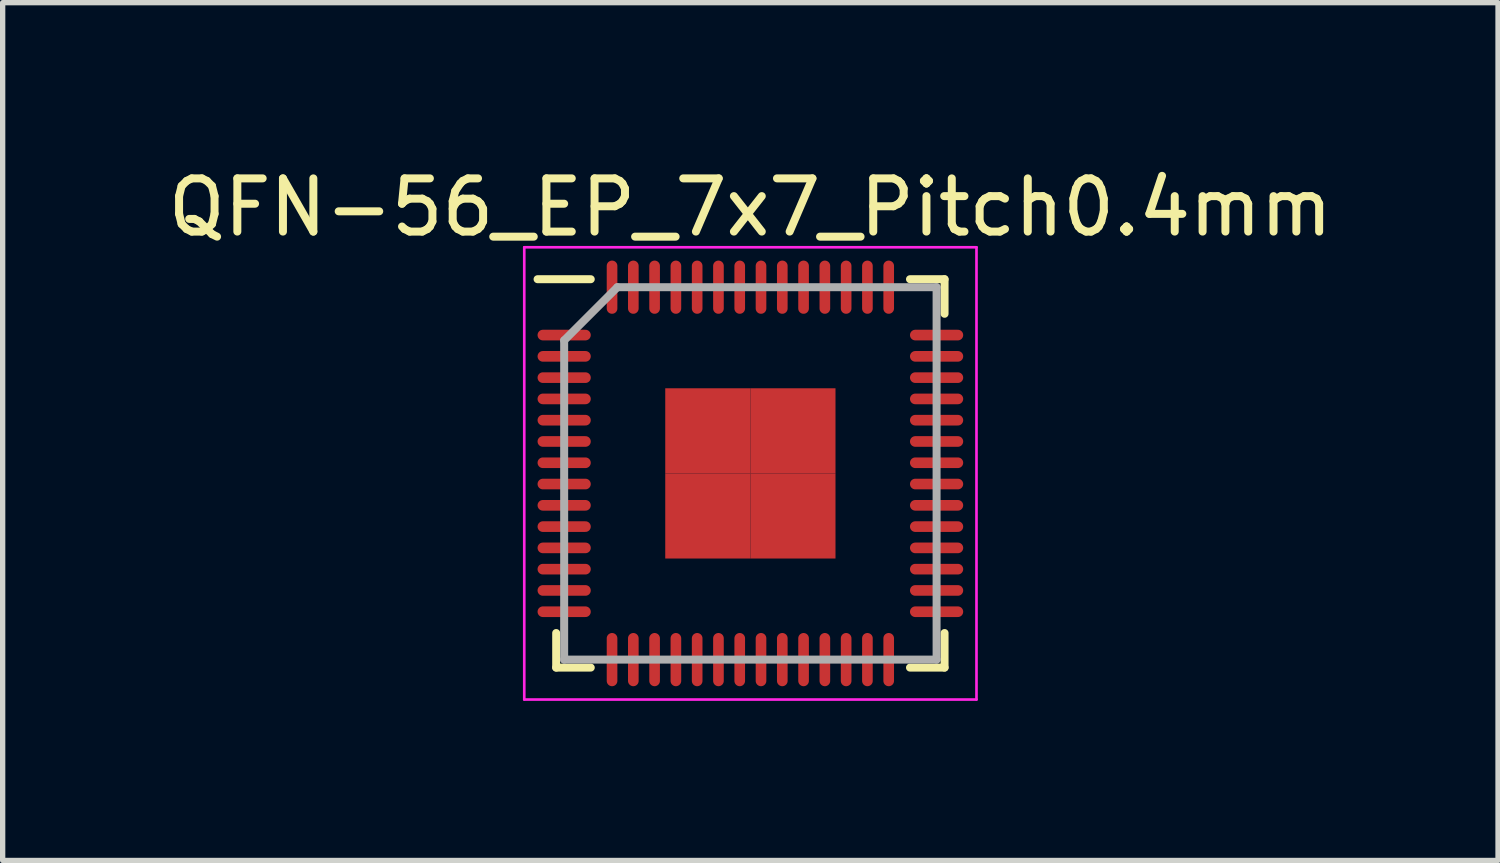
<source format=kicad_pcb>
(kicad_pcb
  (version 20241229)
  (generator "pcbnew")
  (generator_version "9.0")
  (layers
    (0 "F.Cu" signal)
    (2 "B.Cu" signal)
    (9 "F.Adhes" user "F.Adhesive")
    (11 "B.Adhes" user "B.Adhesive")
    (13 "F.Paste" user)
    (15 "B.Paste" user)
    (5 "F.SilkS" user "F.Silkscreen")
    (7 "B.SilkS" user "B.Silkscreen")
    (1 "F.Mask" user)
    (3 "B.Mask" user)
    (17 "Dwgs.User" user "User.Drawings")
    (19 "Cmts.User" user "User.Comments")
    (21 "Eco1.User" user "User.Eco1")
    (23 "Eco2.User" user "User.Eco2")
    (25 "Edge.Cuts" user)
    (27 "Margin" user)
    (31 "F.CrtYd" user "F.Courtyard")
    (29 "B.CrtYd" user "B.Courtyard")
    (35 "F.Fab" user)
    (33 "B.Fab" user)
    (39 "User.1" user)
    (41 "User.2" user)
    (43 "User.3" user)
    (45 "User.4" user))
  (footprint "QFN-56_EP_7x7_Pitch0.4mm"
    (layer "F.Cu")
    (at 11.054 5.848)
    (property "Reference" "QFN-56_EP_7x7_Pitch0.4mm" (at 0 -5 0) (layer "F.SilkS") (effects (font (size 1 1) (thickness 0.15))))
    (attr smd)
    (fp_line (start -3.65 3.65) (end -3.65 3) (stroke (width 0.15) (type solid)) (layer "F.SilkS"))
    (fp_line (start -3 -3.65) (end -4 -3.65) (stroke (width 0.15) (type solid)) (layer "F.SilkS"))
    (fp_line (start -3 3.65) (end -3.65 3.65) (stroke (width 0.15) (type solid)) (layer "F.SilkS"))
    (fp_line (start 3 -3.65) (end 3.65 -3.65) (stroke (width 0.15) (type solid)) (layer "F.SilkS"))
    (fp_line (start 3 3.65) (end 3.65 3.65) (stroke (width 0.15) (type solid)) (layer "F.SilkS"))
    (fp_line (start 3.65 -3.65) (end 3.65 -3) (stroke (width 0.15) (type solid)) (layer "F.SilkS"))
    (fp_line (start 3.65 3.65) (end 3.65 3) (stroke (width 0.15) (type solid)) (layer "F.SilkS"))
    (fp_line (start -4.25 -4.25) (end 4.25 -4.25) (stroke (width 0.05) (type solid)) (layer "F.CrtYd"))
    (fp_line (start -4.25 4.25) (end -4.25 -4.25) (stroke (width 0.05) (type solid)) (layer "F.CrtYd"))
    (fp_line (start 4.25 -4.25) (end 4.25 4.25) (stroke (width 0.05) (type solid)) (layer "F.CrtYd"))
    (fp_line (start 4.25 4.25) (end -4.25 4.25) (stroke (width 0.05) (type solid)) (layer "F.CrtYd"))
    (fp_line (start -3.5 -2.5) (end -3.5 3.5) (stroke (width 0.15) (type solid)) (layer "F.Fab"))
    (fp_line (start -3.5 3.5) (end 3.5 3.5) (stroke (width 0.15) (type solid)) (layer "F.Fab"))
    (fp_line (start -2.5 -3.5) (end -3.5 -2.5) (stroke (width 0.15) (type solid)) (layer "F.Fab"))
    (fp_line (start 3.5 -3.5) (end -2.5 -3.5) (stroke (width 0.15) (type solid)) (layer "F.Fab"))
    (fp_line (start 3.5 3.5) (end 3.5 -3.5) (stroke (width 0.15) (type solid)) (layer "F.Fab"))
    (pad "0" smd rect (at -0.8 -0.8) (size 1.6 1.6) (layers "F.Cu" "F.Mask" "F.Paste"))
    (pad "0" smd rect (at -0.8 0.8) (size 1.6 1.6) (layers "F.Cu" "F.Mask" "F.Paste"))
    (pad "0" smd rect (at 0.8 -0.8) (size 1.6 1.6) (layers "F.Cu" "F.Mask" "F.Paste"))
    (pad "0" smd rect (at 0.8 0.8) (size 1.6 1.6) (layers "F.Cu" "F.Mask" "F.Paste"))
    (pad "1" smd oval (at -3.5 -2.6 90) (size 0.2 1) (layers "F.Cu" "F.Mask" "F.Paste"))
    (pad "2" smd oval (at -3.5 -2.2 90) (size 0.2 1) (layers "F.Cu" "F.Mask" "F.Paste"))
    (pad "3" smd oval (at -3.5 -1.8 90) (size 0.2 1) (layers "F.Cu" "F.Mask" "F.Paste"))
    (pad "4" smd oval (at -3.5 -1.4 90) (size 0.2 1) (layers "F.Cu" "F.Mask" "F.Paste"))
    (pad "5" smd oval (at -3.5 -1 90) (size 0.2 1) (layers "F.Cu" "F.Mask" "F.Paste"))
    (pad "6" smd oval (at -3.5 -0.6 90) (size 0.2 1) (layers "F.Cu" "F.Mask" "F.Paste"))
    (pad "7" smd oval (at -3.5 -0.2 90) (size 0.2 1) (layers "F.Cu" "F.Mask" "F.Paste"))
    (pad "8" smd oval (at -3.5 0.2 90) (size 0.2 1) (layers "F.Cu" "F.Mask" "F.Paste"))
    (pad "9" smd oval (at -3.5 0.6 90) (size 0.2 1) (layers "F.Cu" "F.Mask" "F.Paste"))
    (pad "10" smd oval (at -3.5 1 90) (size 0.2 1) (layers "F.Cu" "F.Mask" "F.Paste"))
    (pad "11" smd oval (at -3.5 1.4 90) (size 0.2 1) (layers "F.Cu" "F.Mask" "F.Paste"))
    (pad "12" smd oval (at -3.5 1.8 90) (size 0.2 1) (layers "F.Cu" "F.Mask" "F.Paste"))
    (pad "13" smd oval (at -3.5 2.2 90) (size 0.2 1) (layers "F.Cu" "F.Mask" "F.Paste"))
    (pad "14" smd oval (at -3.5 2.6 90) (size 0.2 1) (layers "F.Cu" "F.Mask" "F.Paste"))
    (pad "15" smd oval (at -2.6 3.5) (size 0.2 1) (layers "F.Cu" "F.Mask" "F.Paste"))
    (pad "16" smd oval (at -2.2 3.5) (size 0.2 1) (layers "F.Cu" "F.Mask" "F.Paste"))
    (pad "17" smd oval (at -1.8 3.5) (size 0.2 1) (layers "F.Cu" "F.Mask" "F.Paste"))
    (pad "18" smd oval (at -1.4 3.5) (size 0.2 1) (layers "F.Cu" "F.Mask" "F.Paste"))
    (pad "19" smd oval (at -1 3.5) (size 0.2 1) (layers "F.Cu" "F.Mask" "F.Paste"))
    (pad "20" smd oval (at -0.6 3.5) (size 0.2 1) (layers "F.Cu" "F.Mask" "F.Paste"))
    (pad "21" smd oval (at -0.2 3.5) (size 0.2 1) (layers "F.Cu" "F.Mask" "F.Paste"))
    (pad "22" smd oval (at 0.2 3.5) (size 0.2 1) (layers "F.Cu" "F.Mask" "F.Paste"))
    (pad "23" smd oval (at 0.6 3.5) (size 0.2 1) (layers "F.Cu" "F.Mask" "F.Paste"))
    (pad "24" smd oval (at 1 3.5) (size 0.2 1) (layers "F.Cu" "F.Mask" "F.Paste"))
    (pad "25" smd oval (at 1.4 3.5) (size 0.2 1) (layers "F.Cu" "F.Mask" "F.Paste"))
    (pad "26" smd oval (at 1.8 3.5) (size 0.2 1) (layers "F.Cu" "F.Mask" "F.Paste"))
    (pad "27" smd oval (at 2.2 3.5) (size 0.2 1) (layers "F.Cu" "F.Mask" "F.Paste"))
    (pad "28" smd oval (at 2.6 3.5) (size 0.2 1) (layers "F.Cu" "F.Mask" "F.Paste"))
    (pad "29" smd oval (at 3.5 2.6 90) (size 0.2 1) (layers "F.Cu" "F.Mask" "F.Paste"))
    (pad "30" smd oval (at 3.5 2.2 90) (size 0.2 1) (layers "F.Cu" "F.Mask" "F.Paste"))
    (pad "31" smd oval (at 3.5 1.8 90) (size 0.2 1) (layers "F.Cu" "F.Mask" "F.Paste"))
    (pad "32" smd oval (at 3.5 1.4 90) (size 0.2 1) (layers "F.Cu" "F.Mask" "F.Paste"))
    (pad "33" smd oval (at 3.5 1 90) (size 0.2 1) (layers "F.Cu" "F.Mask" "F.Paste"))
    (pad "34" smd oval (at 3.5 0.6 90) (size 0.2 1) (layers "F.Cu" "F.Mask" "F.Paste"))
    (pad "35" smd oval (at 3.5 0.2 90) (size 0.2 1) (layers "F.Cu" "F.Mask" "F.Paste"))
    (pad "36" smd oval (at 3.5 -0.2 90) (size 0.2 1) (layers "F.Cu" "F.Mask" "F.Paste"))
    (pad "37" smd oval (at 3.5 -0.6 90) (size 0.2 1) (layers "F.Cu" "F.Mask" "F.Paste"))
    (pad "38" smd oval (at 3.5 -1 90) (size 0.2 1) (layers "F.Cu" "F.Mask" "F.Paste"))
    (pad "39" smd oval (at 3.5 -1.4 90) (size 0.2 1) (layers "F.Cu" "F.Mask" "F.Paste"))
    (pad "40" smd oval (at 3.5 -1.8 90) (size 0.2 1) (layers "F.Cu" "F.Mask" "F.Paste"))
    (pad "41" smd oval (at 3.5 -2.2 90) (size 0.2 1) (layers "F.Cu" "F.Mask" "F.Paste"))
    (pad "42" smd oval (at 3.5 -2.6 90) (size 0.2 1) (layers "F.Cu" "F.Mask" "F.Paste"))
    (pad "43" smd oval (at 2.6 -3.5) (size 0.2 1) (layers "F.Cu" "F.Mask" "F.Paste"))
    (pad "44" smd oval (at 2.2 -3.5) (size 0.2 1) (layers "F.Cu" "F.Mask" "F.Paste"))
    (pad "45" smd oval (at 1.8 -3.5) (size 0.2 1) (layers "F.Cu" "F.Mask" "F.Paste"))
    (pad "46" smd oval (at 1.4 -3.5) (size 0.2 1) (layers "F.Cu" "F.Mask" "F.Paste"))
    (pad "47" smd oval (at 1 -3.5) (size 0.2 1) (layers "F.Cu" "F.Mask" "F.Paste"))
    (pad "48" smd oval (at 0.6 -3.5) (size 0.2 1) (layers "F.Cu" "F.Mask" "F.Paste"))
    (pad "49" smd oval (at 0.2 -3.5) (size 0.2 1) (layers "F.Cu" "F.Mask" "F.Paste"))
    (pad "50" smd oval (at -0.2 -3.5) (size 0.2 1) (layers "F.Cu" "F.Mask" "F.Paste"))
    (pad "51" smd oval (at -0.6 -3.5) (size 0.2 1) (layers "F.Cu" "F.Mask" "F.Paste"))
    (pad "52" smd oval (at -1 -3.5) (size 0.2 1) (layers "F.Cu" "F.Mask" "F.Paste"))
    (pad "53" smd oval (at -1.4 -3.5) (size 0.2 1) (layers "F.Cu" "F.Mask" "F.Paste"))
    (pad "54" smd oval (at -1.8 -3.5) (size 0.2 1) (layers "F.Cu" "F.Mask" "F.Paste"))
    (pad "55" smd oval (at -2.2 -3.5) (size 0.2 1) (layers "F.Cu" "F.Mask" "F.Paste"))
    (pad "56" smd oval (at -2.6 -3.5) (size 0.2 1) (layers "F.Cu" "F.Mask" "F.Paste")))
  (gr_rect
    (start -3 -3)
    (end 25.107 13.123)
    (stroke (width 0.1) (type default))
    (fill no)
    (layer "Edge.Cuts")))
</source>
